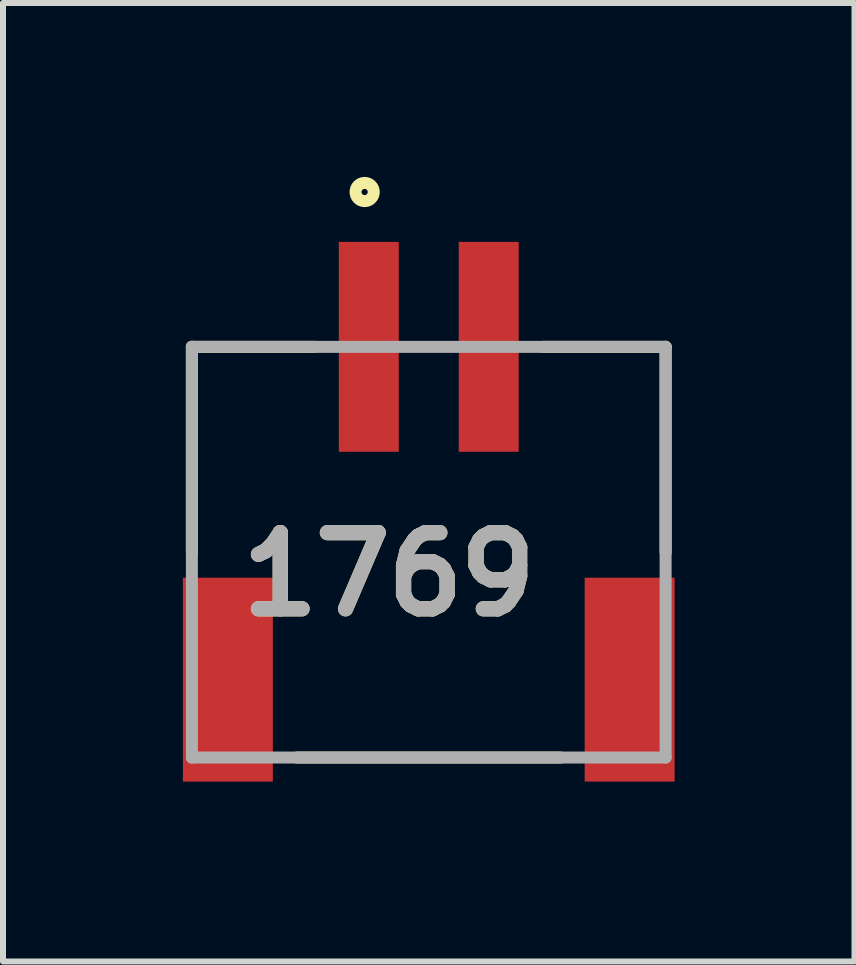
<source format=kicad_pcb>
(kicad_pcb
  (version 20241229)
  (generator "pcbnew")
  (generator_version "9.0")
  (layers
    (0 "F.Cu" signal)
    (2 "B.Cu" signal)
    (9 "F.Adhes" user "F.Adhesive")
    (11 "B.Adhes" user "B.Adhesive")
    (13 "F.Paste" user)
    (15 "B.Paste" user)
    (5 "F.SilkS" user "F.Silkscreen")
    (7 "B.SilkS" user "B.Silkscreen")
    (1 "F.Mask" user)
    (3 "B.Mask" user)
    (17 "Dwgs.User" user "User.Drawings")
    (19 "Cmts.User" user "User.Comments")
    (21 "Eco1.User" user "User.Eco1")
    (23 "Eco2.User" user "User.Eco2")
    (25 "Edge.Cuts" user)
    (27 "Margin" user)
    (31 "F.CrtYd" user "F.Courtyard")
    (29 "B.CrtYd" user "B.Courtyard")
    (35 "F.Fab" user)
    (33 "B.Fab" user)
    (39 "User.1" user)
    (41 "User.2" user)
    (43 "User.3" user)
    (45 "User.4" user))
  (footprint "1769"
    (layer "F.Cu")
    (at 4.1 2.734)
    (property "Reference" "1769" (at -0.662 3.794 0) (layer "F.SilkS") (effects (font (size 1.27 1.27) (thickness 0.254))))
    (attr smd)
    (fp_line (start -3.95 0) (end -3.95 3.425) (stroke (width 0.2) (type solid)) (layer "F.SilkS"))
    (fp_line (start -3.95 0) (end -1.9 0) (stroke (width 0.2) (type solid)) (layer "F.SilkS"))
    (fp_line (start -2.196 6.849) (end 2.196 6.849) (stroke (width 0.2) (type solid)) (layer "F.SilkS"))
    (fp_line (start 3.95 0) (end 1.9 0) (stroke (width 0.2) (type solid)) (layer "F.SilkS"))
    (fp_line (start 3.95 0) (end 3.95 3.425) (stroke (width 0.2) (type solid)) (layer "F.SilkS"))
    (fp_circle (center -1.069 -2.582) (end -1.069 -2.53) (stroke (width 0.2) (type solid)) (fill no) (layer "F.SilkS"))
    (fp_line (start -3.95 0) (end 3.95 0) (stroke (width 0.2) (type solid)) (layer "F.Fab"))
    (fp_line (start -3.95 6.849) (end -3.95 0) (stroke (width 0.2) (type solid)) (layer "F.Fab"))
    (fp_line (start 3.95 0) (end 3.95 6.849) (stroke (width 0.2) (type solid)) (layer "F.Fab"))
    (fp_line (start 3.95 6.849) (end -3.95 6.849) (stroke (width 0.2) (type solid)) (layer "F.Fab"))
    (fp_text user "${REFERENCE}" (at -0.662 3.794 0) (layer "F.Fab") (effects (font (size 1.27 1.27) (thickness 0.254))))
    (pad "1" smd rect (at -1 0) (size 1 3.5) (layers "F.Cu" "F.Mask" "F.Paste"))
    (pad "2" smd rect (at 1 0) (size 1 3.5) (layers "F.Cu" "F.Mask" "F.Paste"))
    (pad "3" smd rect (at -3.35 5.55) (size 1.5 3.4) (layers "F.Cu" "F.Mask" "F.Paste"))
    (pad "4" smd rect (at 3.35 5.55) (size 1.5 3.4) (layers "F.Cu" "F.Mask" "F.Paste")))
  (gr_rect
    (start -3 -3)
    (end 11.2 12.984)
    (stroke (width 0.1) (type default))
    (fill no)
    (layer "Edge.Cuts")))
</source>
